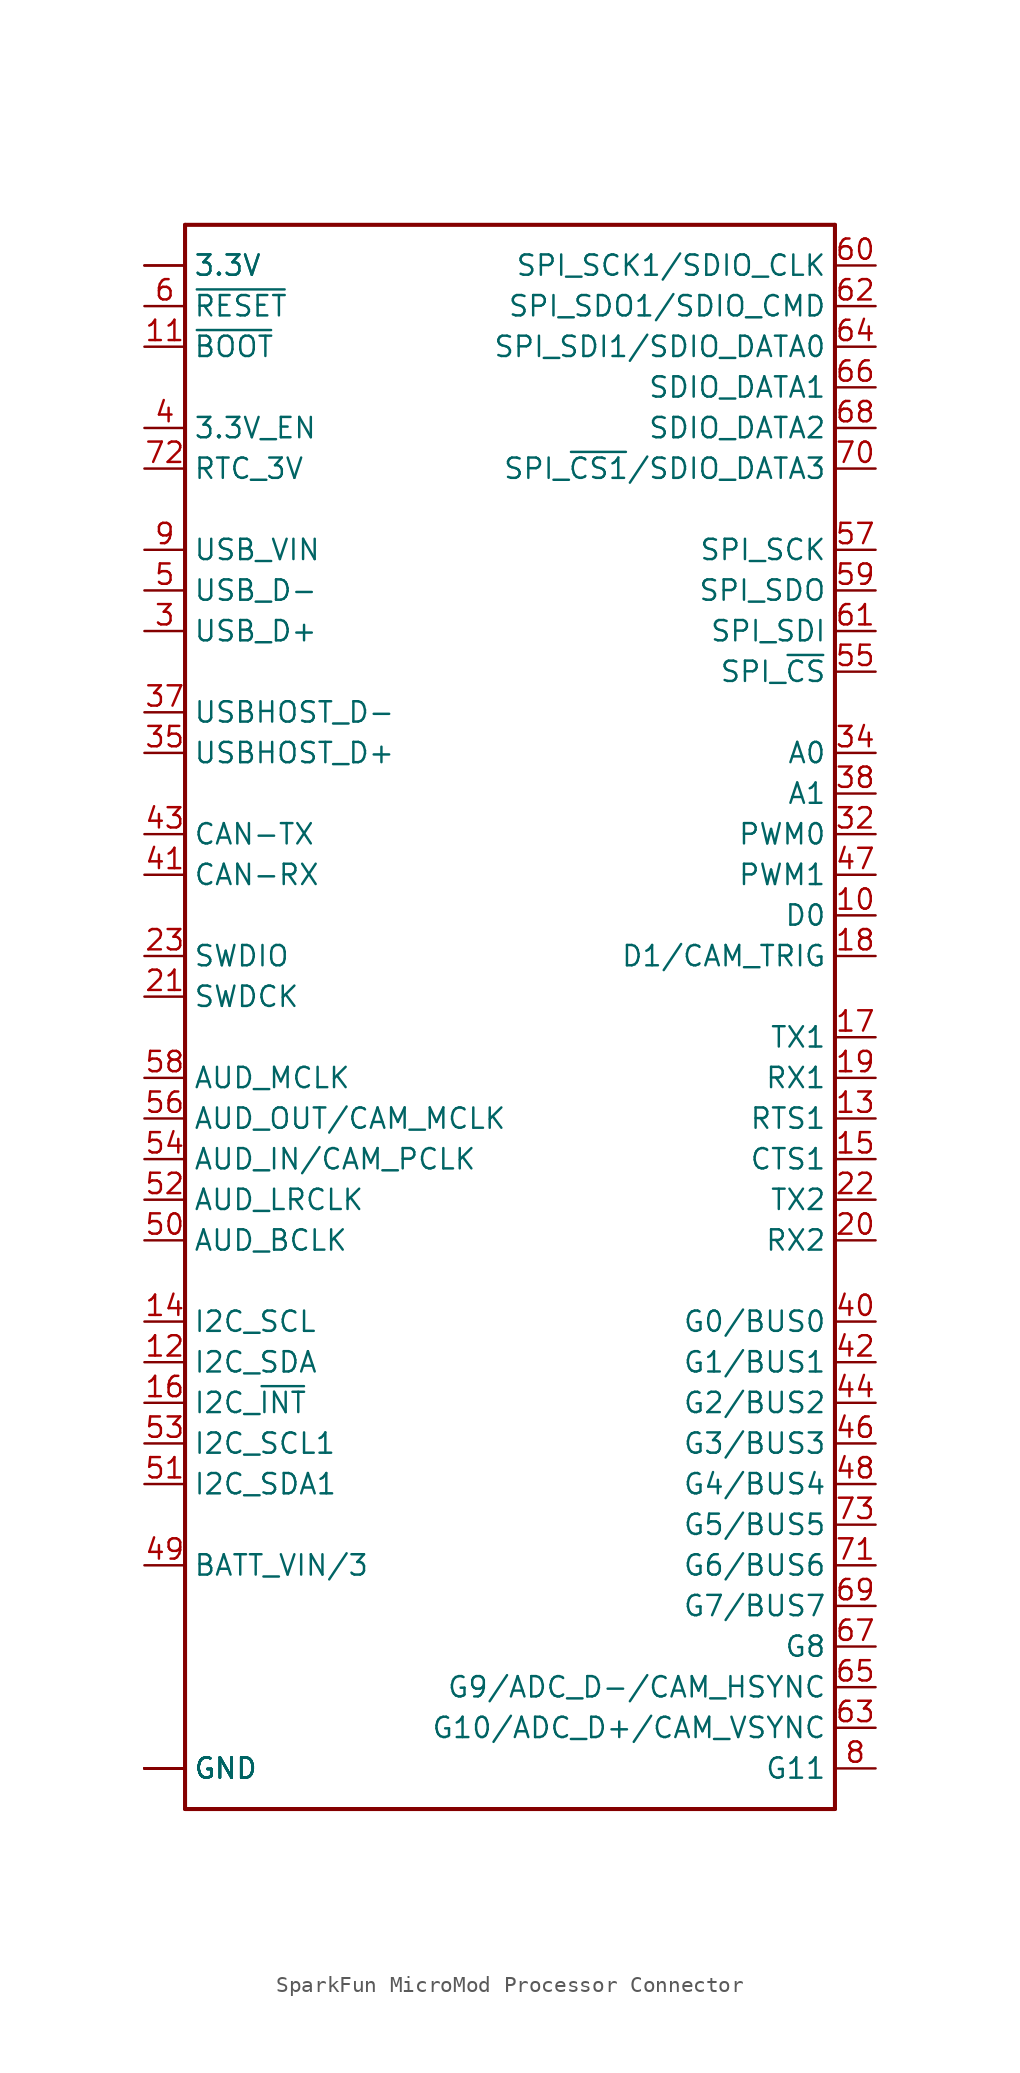
<source format=kicad_sym>
(kicad_symbol_lib
  (version 20231120)
  (generator "kicad_symbol_editor")
  (generator_version "8.0")
  (symbol "SparkFun MicroMod Processor Connector"
    (property "Reference" "J"
      (at -20.32 53.848 0)
      (effects (font (size 1.778 1.511)) (justify left bottom) (hide yes)))
    (symbol "SparkFun MicroMod Processor Connector_1_0"
      (polyline (pts (xy -20.32 -45.72) (xy -20.32 53.34)) (stroke (width 0.254) (type solid)) (fill (type none)))
      (polyline (pts (xy -20.32 53.34) (xy 20.32 53.34)) (stroke (width 0.254) (type solid)) (fill (type none)))
      (polyline (pts (xy 20.32 -45.72) (xy -20.32 -45.72)) (stroke (width 0.254) (type solid)) (fill (type none)))
      (polyline (pts (xy 20.32 53.34) (xy 20.32 -45.72)) (stroke (width 0.254) (type solid)) (fill (type none)))
      (pin bidirectional line (at -22.86 -43.18 0) (length 2.54) (name "GND" (effects (font (size 1.27 1.27)))) (number "1" (effects (font (size 0 0)))))
      (pin bidirectional line (at 22.86 10.16 180) (length 2.54) (name "D0" (effects (font (size 1.27 1.27)))) (number "10" (effects (font (size 1.27 1.27)))))
      (pin bidirectional line (at -22.86 45.72 0) (length 2.54) (name "~{BOOT}" (effects (font (size 1.27 1.27)))) (number "11" (effects (font (size 1.27 1.27)))))
      (pin bidirectional line (at -22.86 -17.78 0) (length 2.54) (name "I2C_SDA" (effects (font (size 1.27 1.27)))) (number "12" (effects (font (size 1.27 1.27)))))
      (pin bidirectional line (at 22.86 -2.54 180) (length 2.54) (name "RTS1" (effects (font (size 1.27 1.27)))) (number "13" (effects (font (size 1.27 1.27)))))
      (pin bidirectional line (at -22.86 -15.24 0) (length 2.54) (name "I2C_SCL" (effects (font (size 1.27 1.27)))) (number "14" (effects (font (size 1.27 1.27)))))
      (pin bidirectional line (at 22.86 -5.08 180) (length 2.54) (name "CTS1" (effects (font (size 1.27 1.27)))) (number "15" (effects (font (size 1.27 1.27)))))
      (pin bidirectional line (at -22.86 -20.32 0) (length 2.54) (name "I2C_~{INT}" (effects (font (size 1.27 1.27)))) (number "16" (effects (font (size 1.27 1.27)))))
      (pin bidirectional line (at 22.86 2.54 180) (length 2.54) (name "TX1" (effects (font (size 1.27 1.27)))) (number "17" (effects (font (size 1.27 1.27)))))
      (pin bidirectional line (at 22.86 7.62 180) (length 2.54) (name "D1/CAM_TRIG" (effects (font (size 1.27 1.27)))) (number "18" (effects (font (size 1.27 1.27)))))
      (pin bidirectional line (at 22.86 0 180) (length 2.54) (name "RX1" (effects (font (size 1.27 1.27)))) (number "19" (effects (font (size 1.27 1.27)))))
      (pin bidirectional line (at -22.86 50.8 0) (length 2.54) (name "3.3V" (effects (font (size 1.27 1.27)))) (number "2" (effects (font (size 0 0)))))
      (pin bidirectional line (at 22.86 -10.16 180) (length 2.54) (name "RX2" (effects (font (size 1.27 1.27)))) (number "20" (effects (font (size 1.27 1.27)))))
      (pin bidirectional line (at -22.86 5.08 0) (length 2.54) (name "SWDCK" (effects (font (size 1.27 1.27)))) (number "21" (effects (font (size 1.27 1.27)))))
      (pin bidirectional line (at 22.86 -7.62 180) (length 2.54) (name "TX2" (effects (font (size 1.27 1.27)))) (number "22" (effects (font (size 1.27 1.27)))))
      (pin bidirectional line (at -22.86 7.62 0) (length 2.54) (name "SWDIO" (effects (font (size 1.27 1.27)))) (number "23" (effects (font (size 1.27 1.27)))))
      (pin bidirectional line (at -22.86 27.94 0) (length 2.54) (name "USB_D+" (effects (font (size 1.27 1.27)))) (number "3" (effects (font (size 1.27 1.27)))))
      (pin bidirectional line (at 22.86 15.24 180) (length 2.54) (name "PWM0" (effects (font (size 1.27 1.27)))) (number "32" (effects (font (size 1.27 1.27)))))
      (pin bidirectional line (at -22.86 -43.18 0) (length 2.54) (name "GND" (effects (font (size 1.27 1.27)))) (number "33" (effects (font (size 0 0)))))
      (pin bidirectional line (at 22.86 20.32 180) (length 2.54) (name "A0" (effects (font (size 1.27 1.27)))) (number "34" (effects (font (size 1.27 1.27)))))
      (pin bidirectional line (at -22.86 20.32 0) (length 2.54) (name "USBHOST_D+" (effects (font (size 1.27 1.27)))) (number "35" (effects (font (size 1.27 1.27)))))
      (pin bidirectional line (at -22.86 -43.18 0) (length 2.54) (name "GND" (effects (font (size 1.27 1.27)))) (number "36" (effects (font (size 0 0)))))
      (pin bidirectional line (at -22.86 22.86 0) (length 2.54) (name "USBHOST_D-" (effects (font (size 1.27 1.27)))) (number "37" (effects (font (size 1.27 1.27)))))
      (pin bidirectional line (at 22.86 17.78 180) (length 2.54) (name "A1" (effects (font (size 1.27 1.27)))) (number "38" (effects (font (size 1.27 1.27)))))
      (pin bidirectional line (at -22.86 -43.18 0) (length 2.54) (name "GND" (effects (font (size 1.27 1.27)))) (number "39" (effects (font (size 0 0)))))
      (pin bidirectional line (at -22.86 40.64 0) (length 2.54) (name "3.3V_EN" (effects (font (size 1.27 1.27)))) (number "4" (effects (font (size 1.27 1.27)))))
      (pin bidirectional line (at 22.86 -15.24 180) (length 2.54) (name "G0/BUS0" (effects (font (size 1.27 1.27)))) (number "40" (effects (font (size 1.27 1.27)))))
      (pin bidirectional line (at -22.86 12.7 0) (length 2.54) (name "CAN-RX" (effects (font (size 1.27 1.27)))) (number "41" (effects (font (size 1.27 1.27)))))
      (pin bidirectional line (at 22.86 -17.78 180) (length 2.54) (name "G1/BUS1" (effects (font (size 1.27 1.27)))) (number "42" (effects (font (size 1.27 1.27)))))
      (pin bidirectional line (at -22.86 15.24 0) (length 2.54) (name "CAN-TX" (effects (font (size 1.27 1.27)))) (number "43" (effects (font (size 1.27 1.27)))))
      (pin bidirectional line (at 22.86 -20.32 180) (length 2.54) (name "G2/BUS2" (effects (font (size 1.27 1.27)))) (number "44" (effects (font (size 1.27 1.27)))))
      (pin bidirectional line (at -22.86 -43.18 0) (length 2.54) (name "GND" (effects (font (size 1.27 1.27)))) (number "45" (effects (font (size 0 0)))))
      (pin bidirectional line (at 22.86 -22.86 180) (length 2.54) (name "G3/BUS3" (effects (font (size 1.27 1.27)))) (number "46" (effects (font (size 1.27 1.27)))))
      (pin bidirectional line (at 22.86 12.7 180) (length 2.54) (name "PWM1" (effects (font (size 1.27 1.27)))) (number "47" (effects (font (size 1.27 1.27)))))
      (pin bidirectional line (at 22.86 -25.4 180) (length 2.54) (name "G4/BUS4" (effects (font (size 1.27 1.27)))) (number "48" (effects (font (size 1.27 1.27)))))
      (pin bidirectional line (at -22.86 -30.48 0) (length 2.54) (name "BATT_VIN/3" (effects (font (size 1.27 1.27)))) (number "49" (effects (font (size 1.27 1.27)))))
      (pin bidirectional line (at -22.86 30.48 0) (length 2.54) (name "USB_D-" (effects (font (size 1.27 1.27)))) (number "5" (effects (font (size 1.27 1.27)))))
      (pin bidirectional line (at -22.86 -10.16 0) (length 2.54) (name "AUD_BCLK" (effects (font (size 1.27 1.27)))) (number "50" (effects (font (size 1.27 1.27)))))
      (pin bidirectional line (at -22.86 -25.4 0) (length 2.54) (name "I2C_SDA1" (effects (font (size 1.27 1.27)))) (number "51" (effects (font (size 1.27 1.27)))))
      (pin bidirectional line (at -22.86 -7.62 0) (length 2.54) (name "AUD_LRCLK" (effects (font (size 1.27 1.27)))) (number "52" (effects (font (size 1.27 1.27)))))
      (pin bidirectional line (at -22.86 -22.86 0) (length 2.54) (name "I2C_SCL1" (effects (font (size 1.27 1.27)))) (number "53" (effects (font (size 1.27 1.27)))))
      (pin bidirectional line (at -22.86 -5.08 0) (length 2.54) (name "AUD_IN/CAM_PCLK" (effects (font (size 1.27 1.27)))) (number "54" (effects (font (size 1.27 1.27)))))
      (pin bidirectional line (at 22.86 25.4 180) (length 2.54) (name "SPI_~{CS}" (effects (font (size 1.27 1.27)))) (number "55" (effects (font (size 1.27 1.27)))))
      (pin bidirectional line (at -22.86 -2.54 0) (length 2.54) (name "AUD_OUT/CAM_MCLK" (effects (font (size 1.27 1.27)))) (number "56" (effects (font (size 1.27 1.27)))))
      (pin bidirectional line (at 22.86 33.02 180) (length 2.54) (name "SPI_SCK" (effects (font (size 1.27 1.27)))) (number "57" (effects (font (size 1.27 1.27)))))
      (pin bidirectional line (at -22.86 0 0) (length 2.54) (name "AUD_MCLK" (effects (font (size 1.27 1.27)))) (number "58" (effects (font (size 1.27 1.27)))))
      (pin bidirectional line (at 22.86 30.48 180) (length 2.54) (name "SPI_SDO" (effects (font (size 1.27 1.27)))) (number "59" (effects (font (size 1.27 1.27)))))
      (pin bidirectional line (at -22.86 48.26 0) (length 2.54) (name "~{RESET}" (effects (font (size 1.27 1.27)))) (number "6" (effects (font (size 1.27 1.27)))))
      (pin bidirectional line (at 22.86 50.8 180) (length 2.54) (name "SPI_SCK1/SDIO_CLK" (effects (font (size 1.27 1.27)))) (number "60" (effects (font (size 1.27 1.27)))))
      (pin bidirectional line (at 22.86 27.94 180) (length 2.54) (name "SPI_SDI" (effects (font (size 1.27 1.27)))) (number "61" (effects (font (size 1.27 1.27)))))
      (pin bidirectional line (at 22.86 48.26 180) (length 2.54) (name "SPI_SDO1/SDIO_CMD" (effects (font (size 1.27 1.27)))) (number "62" (effects (font (size 1.27 1.27)))))
      (pin bidirectional line (at 22.86 -40.64 180) (length 2.54) (name "G10/ADC_D+/CAM_VSYNC" (effects (font (size 1.27 1.27)))) (number "63" (effects (font (size 1.27 1.27)))))
      (pin bidirectional line (at 22.86 45.72 180) (length 2.54) (name "SPI_SDI1/SDIO_DATA0" (effects (font (size 1.27 1.27)))) (number "64" (effects (font (size 1.27 1.27)))))
      (pin bidirectional line (at 22.86 -38.1 180) (length 2.54) (name "G9/ADC_D-/CAM_HSYNC" (effects (font (size 1.27 1.27)))) (number "65" (effects (font (size 1.27 1.27)))))
      (pin bidirectional line (at 22.86 43.18 180) (length 2.54) (name "SDIO_DATA1" (effects (font (size 1.27 1.27)))) (number "66" (effects (font (size 1.27 1.27)))))
      (pin bidirectional line (at 22.86 -35.56 180) (length 2.54) (name "G8" (effects (font (size 1.27 1.27)))) (number "67" (effects (font (size 1.27 1.27)))))
      (pin bidirectional line (at 22.86 40.64 180) (length 2.54) (name "SDIO_DATA2" (effects (font (size 1.27 1.27)))) (number "68" (effects (font (size 1.27 1.27)))))
      (pin bidirectional line (at 22.86 -33.02 180) (length 2.54) (name "G7/BUS7" (effects (font (size 1.27 1.27)))) (number "69" (effects (font (size 1.27 1.27)))))
      (pin bidirectional line (at -22.86 -43.18 0) (length 2.54) (name "GND" (effects (font (size 1.27 1.27)))) (number "7" (effects (font (size 0 0)))))
      (pin bidirectional line (at 22.86 38.1 180) (length 2.54) (name "SPI_~{CS1}/SDIO_DATA3" (effects (font (size 1.27 1.27)))) (number "70" (effects (font (size 1.27 1.27)))))
      (pin bidirectional line (at 22.86 -30.48 180) (length 2.54) (name "G6/BUS6" (effects (font (size 1.27 1.27)))) (number "71" (effects (font (size 1.27 1.27)))))
      (pin bidirectional line (at -22.86 38.1 0) (length 2.54) (name "RTC_3V" (effects (font (size 1.27 1.27)))) (number "72" (effects (font (size 1.27 1.27)))))
      (pin bidirectional line (at 22.86 -27.94 180) (length 2.54) (name "G5/BUS5" (effects (font (size 1.27 1.27)))) (number "73" (effects (font (size 1.27 1.27)))))
      (pin bidirectional line (at -22.86 50.8 0) (length 2.54) (name "3.3V" (effects (font (size 1.27 1.27)))) (number "74" (effects (font (size 0 0)))))
      (pin bidirectional line (at -22.86 -43.18 0) (length 2.54) (name "GND" (effects (font (size 1.27 1.27)))) (number "75" (effects (font (size 0 0)))))
      (pin bidirectional line (at 22.86 -43.18 180) (length 2.54) (name "G11" (effects (font (size 1.27 1.27)))) (number "8" (effects (font (size 1.27 1.27)))))
      (pin bidirectional line (at -22.86 33.02 0) (length 2.54) (name "USB_VIN" (effects (font (size 1.27 1.27)))) (number "9" (effects (font (size 1.27 1.27))))))))
</source>
